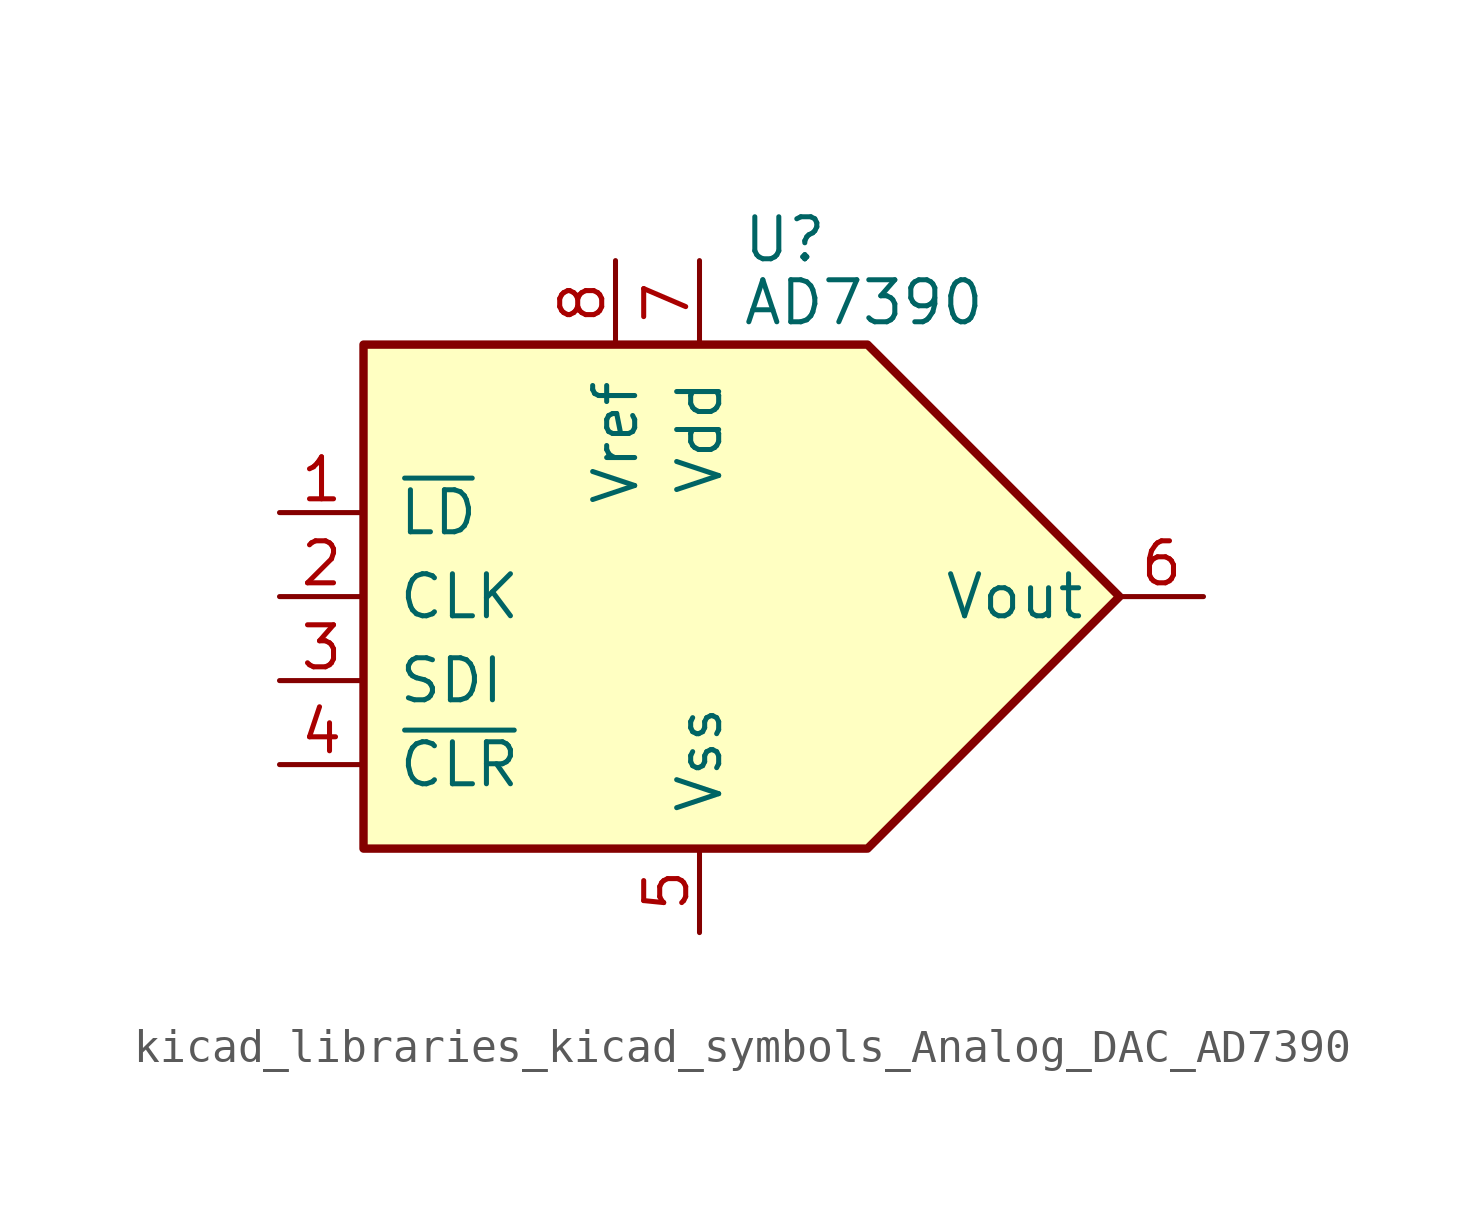
<source format=kicad_sym>
(kicad_symbol_lib
  (version 20220914)
  (generator kicad_symbol_editor)
  (symbol "kicad_libraries_kicad_symbols_Analog_DAC_AD7390"
    (pin_names
      (offset 1.016))
    (property "Reference" "U"
      (at 1.27 10.795 0)
      (effects (font (size 1.27 1.27)) (justify left)))
    (property "Value" "AD7390"
      (at 1.27 8.89 0)
      (effects (font (size 1.27 1.27)) (justify left)))
    (symbol "kicad_libraries_kicad_symbols_Analog_DAC_AD7390_0_0"
      (polyline (pts (xy 12.7 0) (xy 5.08 7.62) (xy -10.16 7.62) (xy -10.16 -7.62) (xy 5.08 -7.62) (xy 12.7 0)) (stroke (width 0.254) (type default)) (fill (type background))))
    (symbol "kicad_libraries_kicad_symbols_Analog_DAC_AD7390_1_1"
      (pin input line (at -12.7 2.54 0) (length 2.54) (name "~{LD}" (effects (font (size 1.27 1.27)))) (number "1" (effects (font (size 1.27 1.27)))))
      (pin input line (at -12.7 0 0) (length 2.54) (name "CLK" (effects (font (size 1.27 1.27)))) (number "2" (effects (font (size 1.27 1.27)))))
      (pin input line (at -12.7 -2.54 0) (length 2.54) (name "SDI" (effects (font (size 1.27 1.27)))) (number "3" (effects (font (size 1.27 1.27)))))
      (pin input line (at -12.7 -5.08 0) (length 2.54) (name "~{CLR}" (effects (font (size 1.27 1.27)))) (number "4" (effects (font (size 1.27 1.27)))))
      (pin power_in line (at 0 -10.16 90) (length 2.54) (name "Vss" (effects (font (size 1.27 1.27)))) (number "5" (effects (font (size 1.27 1.27)))))
      (pin output line (at 15.24 0 180) (length 2.54) (name "Vout" (effects (font (size 1.27 1.27)))) (number "6" (effects (font (size 1.27 1.27)))))
      (pin power_in line (at 0 10.16 270) (length 2.54) (name "Vdd" (effects (font (size 1.27 1.27)))) (number "7" (effects (font (size 1.27 1.27)))))
      (pin input line (at -2.54 10.16 270) (length 2.54) (name "Vref" (effects (font (size 1.27 1.27)))) (number "8" (effects (font (size 1.27 1.27))))))))
</source>
